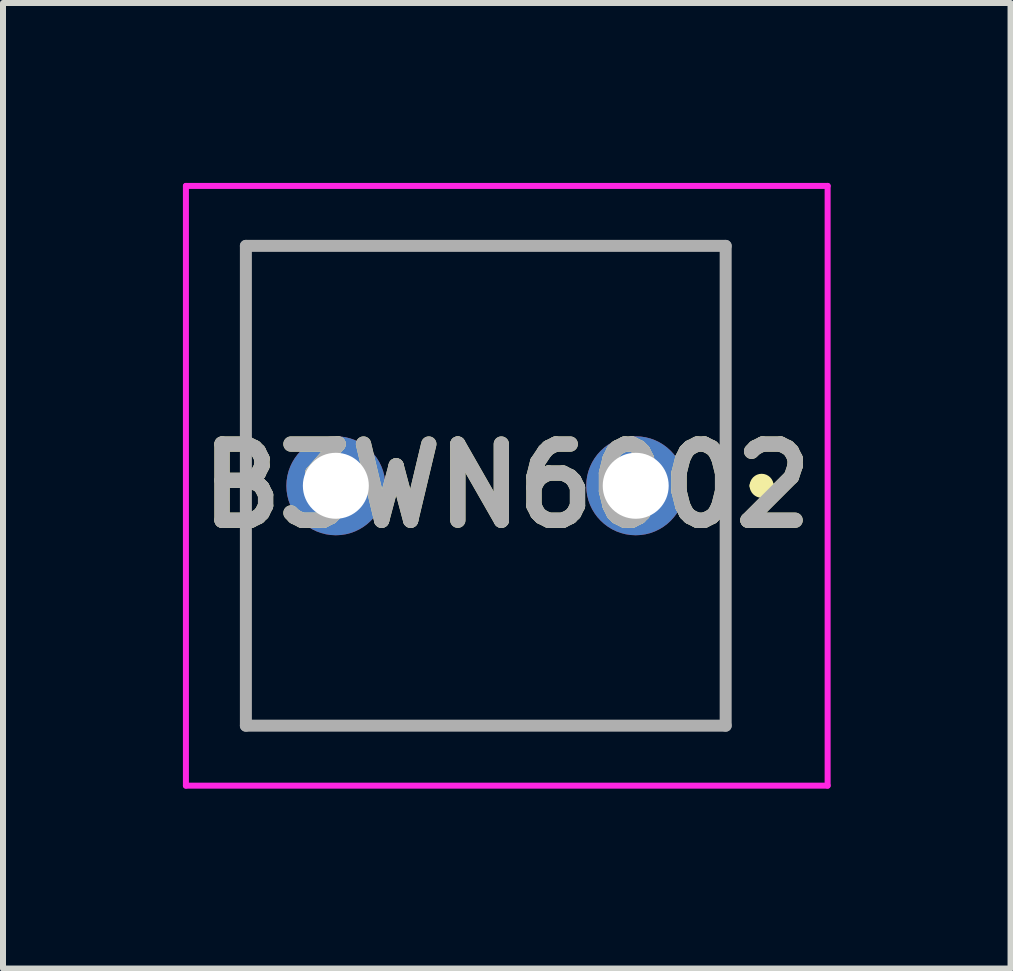
<source format=kicad_pcb>
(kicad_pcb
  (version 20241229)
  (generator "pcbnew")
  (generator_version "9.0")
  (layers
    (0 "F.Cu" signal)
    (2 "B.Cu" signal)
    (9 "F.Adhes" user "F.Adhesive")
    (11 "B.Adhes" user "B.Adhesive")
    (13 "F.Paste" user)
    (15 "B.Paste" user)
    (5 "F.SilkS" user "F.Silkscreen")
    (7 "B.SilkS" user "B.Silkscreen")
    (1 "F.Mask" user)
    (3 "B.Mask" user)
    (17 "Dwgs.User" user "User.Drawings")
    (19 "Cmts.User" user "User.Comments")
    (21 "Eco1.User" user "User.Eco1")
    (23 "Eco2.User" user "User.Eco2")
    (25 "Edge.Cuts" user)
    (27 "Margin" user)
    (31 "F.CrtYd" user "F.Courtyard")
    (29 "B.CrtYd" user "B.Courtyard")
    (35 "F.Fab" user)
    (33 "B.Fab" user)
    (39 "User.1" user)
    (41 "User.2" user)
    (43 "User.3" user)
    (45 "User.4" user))
  (footprint "B3WN6002"
    (layer "F.Cu")
    (at 7.55 5.05)
    (property "Reference" "B3WN6002" (at -2.15 0 0) (layer "F.SilkS") (effects (font (size 1.27 1.27) (thickness 0.254))))
    (attr through_hole)
    (fp_line (start -6.5 -4) (end 1.5 -4) (stroke (width 0.1) (type solid)) (layer "F.SilkS"))
    (fp_line (start -6.5 4) (end -6.5 -4) (stroke (width 0.1) (type solid)) (layer "F.SilkS"))
    (fp_line (start 1.5 -4) (end 1.5 4) (stroke (width 0.1) (type solid)) (layer "F.SilkS"))
    (fp_line (start 1.5 4) (end -6.5 4) (stroke (width 0.1) (type solid)) (layer "F.SilkS"))
    (fp_line (start 2 0) (end 2 0) (stroke (width 0.2) (type solid)) (layer "F.SilkS"))
    (fp_line (start 2.2 0) (end 2.2 0) (stroke (width 0.2) (type solid)) (layer "F.SilkS"))
    (fp_arc (start 2 0) (mid 2.1 -0.1) (end 2.2 0) (stroke (width 0.2) (type solid)) (layer "F.SilkS"))
    (fp_arc (start 2.2 0) (mid 2.1 0.1) (end 2 0) (stroke (width 0.2) (type solid)) (layer "F.SilkS"))
    (fp_line (start -7.5 -5) (end 3.2 -5) (stroke (width 0.1) (type solid)) (layer "F.CrtYd"))
    (fp_line (start -7.5 5) (end -7.5 -5) (stroke (width 0.1) (type solid)) (layer "F.CrtYd"))
    (fp_line (start 3.2 -5) (end 3.2 5) (stroke (width 0.1) (type solid)) (layer "F.CrtYd"))
    (fp_line (start 3.2 5) (end -7.5 5) (stroke (width 0.1) (type solid)) (layer "F.CrtYd"))
    (fp_line (start -6.5 -4) (end 1.5 -4) (stroke (width 0.2) (type solid)) (layer "F.Fab"))
    (fp_line (start -6.5 4) (end -6.5 -4) (stroke (width 0.2) (type solid)) (layer "F.Fab"))
    (fp_line (start 1.5 -4) (end 1.5 4) (stroke (width 0.2) (type solid)) (layer "F.Fab"))
    (fp_line (start 1.5 4) (end -6.5 4) (stroke (width 0.2) (type solid)) (layer "F.Fab"))
    (fp_text user "${REFERENCE}" (at -2.15 0 0) (layer "F.Fab") (effects (font (size 1.27 1.27) (thickness 0.254))))
    (pad "1" thru_hole circle (at 0 0) (size 1.65 1.65) (drill 1.1) (layers "*.Cu" "*.Mask"))
    (pad "2" thru_hole circle (at -5 0) (size 1.65 1.65) (drill 1.1) (layers "*.Cu" "*.Mask")))
  (gr_rect
    (start -3 -3)
    (end 13.8 13.1)
    (stroke (width 0.1) (type default))
    (fill no)
    (layer "Edge.Cuts")))
</source>
